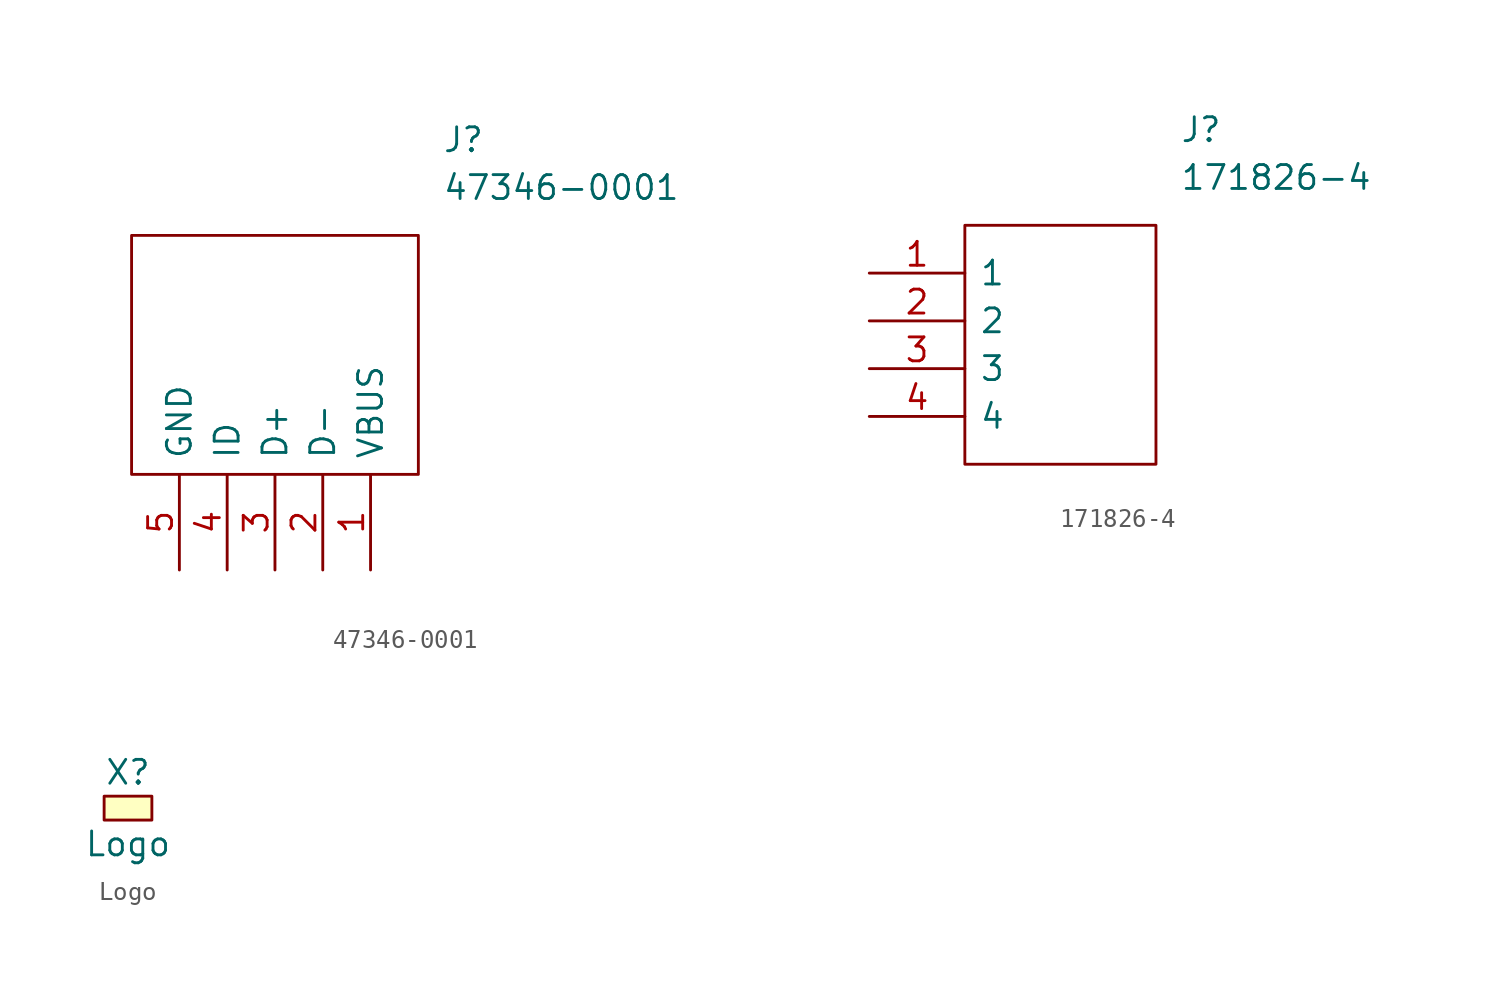
<source format=kicad_sym>
(kicad_symbol_lib
  (version 20211014)
  (generator kicad_symbol_editor)
  (symbol "47346-0001"
    (pin_names
      (offset 0.762))
    (property "Reference" "J"
      (at 13.97 22.86 0)
      (effects (font (size 1.27 1.27)) (justify left)))
    (property "Value" "47346-0001"
      (at 13.97 20.32 0)
      (effects (font (size 1.27 1.27)) (justify left)))
    (symbol "47346-0001_0_0"
      (pin passive line (at 10.16 0 90) (length 5.08) (name "VBUS" (effects (font (size 1.27 1.27)))) (number "1" (effects (font (size 1.27 1.27)))))
      (pin passive line (at 7.62 0 90) (length 5.08) (name "D-" (effects (font (size 1.27 1.27)))) (number "2" (effects (font (size 1.27 1.27)))))
      (pin passive line (at 5.08 0 90) (length 5.08) (name "D+" (effects (font (size 1.27 1.27)))) (number "3" (effects (font (size 1.27 1.27)))))
      (pin passive line (at 2.54 0 90) (length 5.08) (name "ID" (effects (font (size 1.27 1.27)))) (number "4" (effects (font (size 1.27 1.27)))))
      (pin passive line (at 0 0 90) (length 5.08) (name "GND" (effects (font (size 1.27 1.27)))) (number "5" (effects (font (size 1.27 1.27))))))
    (symbol "47346-0001_0_1"
      (polyline (pts (xy -2.54 17.78) (xy 12.7 17.78) (xy 12.7 5.08) (xy -2.54 5.08) (xy -2.54 17.78)) (stroke (width 0.152) (type default) (color 0 0 0 0)) (fill (type none)))))
  (symbol "171826-4"
    (pin_names
      (offset 0.762))
    (property "Reference" "J"
      (at 16.51 7.62 0)
      (effects (font (size 1.27 1.27)) (justify left)))
    (property "Value" "171826-4"
      (at 16.51 5.08 0)
      (effects (font (size 1.27 1.27)) (justify left)))
    (symbol "171826-4_0_0"
      (pin passive line (at 0 0 0) (length 5.08) (name "1" (effects (font (size 1.27 1.27)))) (number "1" (effects (font (size 1.27 1.27)))))
      (pin passive line (at 0 -2.54 0) (length 5.08) (name "2" (effects (font (size 1.27 1.27)))) (number "2" (effects (font (size 1.27 1.27)))))
      (pin passive line (at 0 -5.08 0) (length 5.08) (name "3" (effects (font (size 1.27 1.27)))) (number "3" (effects (font (size 1.27 1.27)))))
      (pin passive line (at 0 -7.62 0) (length 5.08) (name "4" (effects (font (size 1.27 1.27)))) (number "4" (effects (font (size 1.27 1.27))))))
    (symbol "171826-4_0_1"
      (polyline (pts (xy 5.08 2.54) (xy 15.24 2.54) (xy 15.24 -10.16) (xy 5.08 -10.16) (xy 5.08 2.54)) (stroke (width 0.152) (type default) (color 0 0 0 0)) (fill (type none)))))
  (symbol "Logo"
    (pin_names
      (offset 1.016))
    (property "Reference" "X"
      (at 0 3.81 0)
      (effects (font (size 1.27 1.27))))
    (property "Value" "Logo"
      (at 0 0 0)
      (effects (font (size 1.27 1.27))))
    (symbol "Logo_0_1"
      (rectangle (start -1.27 1.27) (end 1.27 2.54) (stroke (width 0) (type default) (color 0 0 0 0)) (fill (type background))))))
</source>
